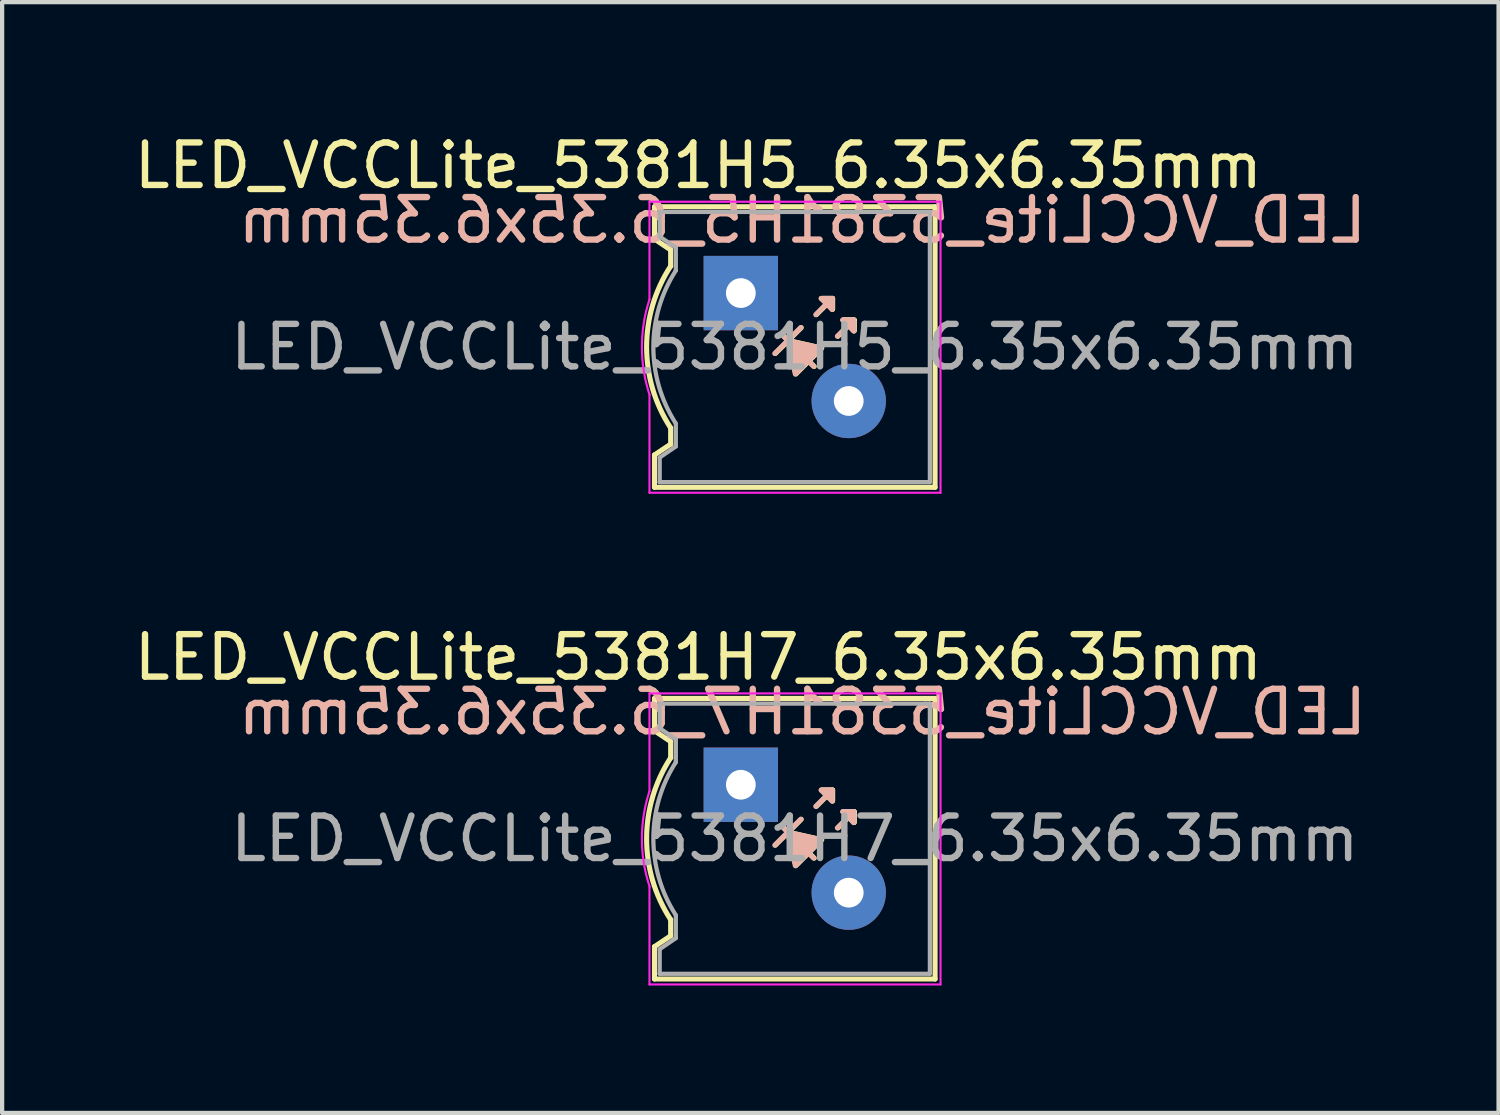
<source format=kicad_pcb>
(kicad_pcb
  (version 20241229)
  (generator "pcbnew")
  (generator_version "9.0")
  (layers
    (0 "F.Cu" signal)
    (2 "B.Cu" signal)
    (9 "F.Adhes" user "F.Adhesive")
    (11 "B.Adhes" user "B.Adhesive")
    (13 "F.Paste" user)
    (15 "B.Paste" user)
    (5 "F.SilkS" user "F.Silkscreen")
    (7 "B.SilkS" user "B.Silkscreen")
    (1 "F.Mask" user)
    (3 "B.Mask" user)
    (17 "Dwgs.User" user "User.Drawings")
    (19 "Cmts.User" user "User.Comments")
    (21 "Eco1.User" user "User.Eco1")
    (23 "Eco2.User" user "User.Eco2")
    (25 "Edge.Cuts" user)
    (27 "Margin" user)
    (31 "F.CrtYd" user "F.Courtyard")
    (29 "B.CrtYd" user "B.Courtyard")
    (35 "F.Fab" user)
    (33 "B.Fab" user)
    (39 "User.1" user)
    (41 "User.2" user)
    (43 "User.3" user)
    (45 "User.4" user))
  (footprint "LED_VCCLite_5381H7_6.35x6.35mm"
    (layer "F.Cu")
    (at 14.387 15.421)
    (property "Reference" "LED_VCCLite_5381H7_6.35x6.35mm" (at -1 -3 0) (layer "F.SilkS") (effects (font (size 1 1) (thickness 0.15))))
    (fp_line (start -2.032 -2.032) (end -2.032 -1.27) (stroke (width 0.12) (type solid)) (layer "F.SilkS"))
    (fp_line (start -2.032 -1.27) (end -1.651 -1.016) (stroke (width 0.12) (type solid)) (layer "F.SilkS"))
    (fp_line (start -2.032 4.572) (end -2.032 3.81) (stroke (width 0.12) (type solid)) (layer "F.SilkS"))
    (fp_line (start -1.651 -1.016) (end -1.651 -0.635) (stroke (width 0.12) (type solid)) (layer "F.SilkS"))
    (fp_line (start -1.651 3.556) (end -2.032 3.81) (stroke (width 0.12) (type solid)) (layer "F.SilkS"))
    (fp_line (start -1.651 3.556) (end -1.651 3.175) (stroke (width 0.12) (type solid)) (layer "F.SilkS"))
    (fp_line (start 1.016 1.016) (end 1.727 1.727) (stroke (width 0.12) (type solid)) (layer "F.SilkS"))
    (fp_line (start 1.118 1.118) (end 0.813 1.422) (stroke (width 0.12) (type solid)) (layer "F.SilkS"))
    (fp_line (start 1.118 1.118) (end 1.422 0.813) (stroke (width 0.12) (type solid)) (layer "F.SilkS"))
    (fp_line (start 1.778 0.508) (end 2.159 0.127) (stroke (width 0.12) (type solid)) (layer "F.SilkS"))
    (fp_line (start 2.159 0.127) (end 1.905 0.127) (stroke (width 0.12) (type solid)) (layer "F.SilkS"))
    (fp_line (start 2.159 0.127) (end 2.159 0.381) (stroke (width 0.12) (type solid)) (layer "F.SilkS"))
    (fp_line (start 2.286 1.016) (end 2.667 0.635) (stroke (width 0.12) (type solid)) (layer "F.SilkS"))
    (fp_line (start 2.667 0.635) (end 2.413 0.635) (stroke (width 0.12) (type solid)) (layer "F.SilkS"))
    (fp_line (start 2.667 0.635) (end 2.667 0.889) (stroke (width 0.12) (type solid)) (layer "F.SilkS"))
    (fp_line (start 4.572 -2.032) (end -2.032 -2.032) (stroke (width 0.12) (type solid)) (layer "F.SilkS"))
    (fp_line (start 4.572 4.572) (end -2.032 4.572) (stroke (width 0.12) (type solid)) (layer "F.SilkS"))
    (fp_line (start 4.572 4.572) (end 4.572 -2.032) (stroke (width 0.12) (type solid)) (layer "F.SilkS"))
    (fp_arc (start -1.651753 3.173843) (mid -2.2173 1.26931) (end -1.650999 -0.634999) (stroke (width 0.12) (type solid)) (layer "F.SilkS"))
    (fp_poly (pts (xy 1.905 1.295) (xy 1.295 1.905) (xy 1.118 1.118)) (stroke (width 0.12) (type solid)) (fill yes) (layer "F.SilkS"))
    (fp_poly (pts (xy 2.159 0.381) (xy 1.905 0.127) (xy 2.159 0.127)) (stroke (width 0.12) (type solid)) (fill yes) (layer "F.SilkS"))
    (fp_poly (pts (xy 2.667 0.889) (xy 2.413 0.635) (xy 2.667 0.635)) (stroke (width 0.12) (type solid)) (fill yes) (layer "F.SilkS"))
    (fp_line (start 1.003 1.016) (end 1.714 1.727) (stroke (width 0.12) (type solid)) (layer "B.SilkS"))
    (fp_line (start 1.105 1.118) (end 0.8 1.422) (stroke (width 0.12) (type solid)) (layer "B.SilkS"))
    (fp_line (start 1.105 1.118) (end 1.41 0.813) (stroke (width 0.12) (type solid)) (layer "B.SilkS"))
    (fp_line (start 1.765 0.508) (end 2.146 0.127) (stroke (width 0.12) (type solid)) (layer "B.SilkS"))
    (fp_line (start 2.146 0.127) (end 1.892 0.127) (stroke (width 0.12) (type solid)) (layer "B.SilkS"))
    (fp_line (start 2.146 0.127) (end 2.146 0.381) (stroke (width 0.12) (type solid)) (layer "B.SilkS"))
    (fp_line (start 2.273 1.016) (end 2.654 0.635) (stroke (width 0.12) (type solid)) (layer "B.SilkS"))
    (fp_line (start 2.654 0.635) (end 2.4 0.635) (stroke (width 0.12) (type solid)) (layer "B.SilkS"))
    (fp_line (start 2.654 0.635) (end 2.654 0.889) (stroke (width 0.12) (type solid)) (layer "B.SilkS"))
    (fp_poly (pts (xy 1.892 1.295) (xy 1.283 1.905) (xy 1.105 1.118)) (stroke (width 0.12) (type solid)) (fill yes) (layer "B.SilkS"))
    (fp_poly (pts (xy 2.146 0.381) (xy 1.892 0.127) (xy 2.146 0.127)) (stroke (width 0.12) (type solid)) (fill yes) (layer "B.SilkS"))
    (fp_poly (pts (xy 2.654 0.889) (xy 2.4 0.635) (xy 2.654 0.635)) (stroke (width 0.12) (type solid)) (fill yes) (layer "B.SilkS"))
    (fp_line (start -2.15 -2.15) (end -2.15 0.15) (stroke (width 0.05) (type solid)) (layer "F.CrtYd"))
    (fp_line (start -2.15 -2.15) (end 4.7 -2.15) (stroke (width 0.05) (type solid)) (layer "F.CrtYd"))
    (fp_line (start -2.15 4.7) (end -2.15 2.4) (stroke (width 0.05) (type solid)) (layer "F.CrtYd"))
    (fp_line (start 4.7 -2.15) (end 4.7 4.7) (stroke (width 0.05) (type solid)) (layer "F.CrtYd"))
    (fp_line (start 4.7 4.7) (end -2.15 4.7) (stroke (width 0.05) (type solid)) (layer "F.CrtYd"))
    (fp_arc (start -2.147033 2.39902) (mid -2.328719 1.274748) (end -2.15 0.15) (stroke (width 0.05) (type solid)) (layer "F.CrtYd"))
    (fp_line (start -1.91 -1.91) (end -1.91 -1.33) (stroke (width 0.1) (type solid)) (layer "F.Fab"))
    (fp_line (start -1.91 -1.91) (end 4.45 -1.91) (stroke (width 0.1) (type solid)) (layer "F.Fab"))
    (fp_line (start -1.91 -1.33) (end -1.53 -1.07) (stroke (width 0.1) (type solid)) (layer "F.Fab"))
    (fp_line (start -1.91 3.87) (end -1.53 3.61) (stroke (width 0.1) (type solid)) (layer "F.Fab"))
    (fp_line (start -1.91 4.45) (end -1.91 3.87) (stroke (width 0.1) (type solid)) (layer "F.Fab"))
    (fp_line (start -1.53 -1.07) (end -1.53 -0.53) (stroke (width 0.1) (type solid)) (layer "F.Fab"))
    (fp_line (start -1.53 3.61) (end -1.53 3.07) (stroke (width 0.1) (type solid)) (layer "F.Fab"))
    (fp_line (start 4.45 -1.91) (end 4.45 4.45) (stroke (width 0.1) (type solid)) (layer "F.Fab"))
    (fp_line (start 4.45 4.45) (end -1.91 4.45) (stroke (width 0.1) (type solid)) (layer "F.Fab"))
    (fp_arc (start -1.538265 3.057078) (mid -2.058655 1.26233) (end -1.53 -0.53) (stroke (width 0.1) (type solid)) (layer "F.Fab"))
    (fp_text user "${REFERENCE}" (at 1.448 -1.714 0) (layer "B.SilkS") (effects (font (size 1 1) (thickness 0.15)) (justify mirror)))
    (fp_text user "${REFERENCE}" (at 1.27 1.27 0) (layer "F.Fab") (effects (font (size 1 1) (thickness 0.15))))
    (pad "1" thru_hole rect (at 0 0 270) (size 1.75 1.75) (drill 0.7) (layers "*.Cu" "*.Mask"))
    (pad "2" thru_hole circle (at 2.54 2.54 270) (size 1.75 1.75) (drill 0.7) (layers "*.Cu" "*.Mask")))
  (footprint "LED_VCCLite_5381H5_6.35x6.35mm"
    (layer "F.Cu")
    (at 14.387 3.848)
    (property "Reference" "LED_VCCLite_5381H5_6.35x6.35mm" (at -1 -3 0) (layer "F.SilkS") (effects (font (size 1 1) (thickness 0.15))))
    (fp_line (start -2.032 -2.032) (end -2.032 -1.27) (stroke (width 0.12) (type solid)) (layer "F.SilkS"))
    (fp_line (start -2.032 -1.27) (end -1.651 -1.016) (stroke (width 0.12) (type solid)) (layer "F.SilkS"))
    (fp_line (start -2.032 4.572) (end -2.032 3.81) (stroke (width 0.12) (type solid)) (layer "F.SilkS"))
    (fp_line (start -1.651 -1.016) (end -1.651 -0.635) (stroke (width 0.12) (type solid)) (layer "F.SilkS"))
    (fp_line (start -1.651 3.556) (end -2.032 3.81) (stroke (width 0.12) (type solid)) (layer "F.SilkS"))
    (fp_line (start -1.651 3.556) (end -1.651 3.175) (stroke (width 0.12) (type solid)) (layer "F.SilkS"))
    (fp_line (start 1.016 1.016) (end 1.727 1.727) (stroke (width 0.12) (type solid)) (layer "F.SilkS"))
    (fp_line (start 1.118 1.118) (end 0.813 1.422) (stroke (width 0.12) (type solid)) (layer "F.SilkS"))
    (fp_line (start 1.118 1.118) (end 1.422 0.813) (stroke (width 0.12) (type solid)) (layer "F.SilkS"))
    (fp_line (start 1.778 0.508) (end 2.159 0.127) (stroke (width 0.12) (type solid)) (layer "F.SilkS"))
    (fp_line (start 2.159 0.127) (end 1.905 0.127) (stroke (width 0.12) (type solid)) (layer "F.SilkS"))
    (fp_line (start 2.159 0.127) (end 2.159 0.381) (stroke (width 0.12) (type solid)) (layer "F.SilkS"))
    (fp_line (start 2.286 1.016) (end 2.667 0.635) (stroke (width 0.12) (type solid)) (layer "F.SilkS"))
    (fp_line (start 2.667 0.635) (end 2.413 0.635) (stroke (width 0.12) (type solid)) (layer "F.SilkS"))
    (fp_line (start 2.667 0.635) (end 2.667 0.889) (stroke (width 0.12) (type solid)) (layer "F.SilkS"))
    (fp_line (start 4.572 -2.032) (end -2.032 -2.032) (stroke (width 0.12) (type solid)) (layer "F.SilkS"))
    (fp_line (start 4.572 4.572) (end -2.032 4.572) (stroke (width 0.12) (type solid)) (layer "F.SilkS"))
    (fp_line (start 4.572 4.572) (end 4.572 -2.032) (stroke (width 0.12) (type solid)) (layer "F.SilkS"))
    (fp_arc (start -1.651753 3.173843) (mid -2.2173 1.26931) (end -1.650999 -0.634999) (stroke (width 0.12) (type solid)) (layer "F.SilkS"))
    (fp_poly (pts (xy 1.905 1.295) (xy 1.295 1.905) (xy 1.118 1.118)) (stroke (width 0.12) (type solid)) (fill yes) (layer "F.SilkS"))
    (fp_poly (pts (xy 2.159 0.381) (xy 1.905 0.127) (xy 2.159 0.127)) (stroke (width 0.12) (type solid)) (fill yes) (layer "F.SilkS"))
    (fp_poly (pts (xy 2.667 0.889) (xy 2.413 0.635) (xy 2.667 0.635)) (stroke (width 0.12) (type solid)) (fill yes) (layer "F.SilkS"))
    (fp_line (start 1.003 1.016) (end 1.714 1.727) (stroke (width 0.12) (type solid)) (layer "B.SilkS"))
    (fp_line (start 1.105 1.118) (end 0.8 1.422) (stroke (width 0.12) (type solid)) (layer "B.SilkS"))
    (fp_line (start 1.105 1.118) (end 1.41 0.813) (stroke (width 0.12) (type solid)) (layer "B.SilkS"))
    (fp_line (start 1.765 0.508) (end 2.146 0.127) (stroke (width 0.12) (type solid)) (layer "B.SilkS"))
    (fp_line (start 2.146 0.127) (end 1.892 0.127) (stroke (width 0.12) (type solid)) (layer "B.SilkS"))
    (fp_line (start 2.146 0.127) (end 2.146 0.381) (stroke (width 0.12) (type solid)) (layer "B.SilkS"))
    (fp_line (start 2.273 1.016) (end 2.654 0.635) (stroke (width 0.12) (type solid)) (layer "B.SilkS"))
    (fp_line (start 2.654 0.635) (end 2.4 0.635) (stroke (width 0.12) (type solid)) (layer "B.SilkS"))
    (fp_line (start 2.654 0.635) (end 2.654 0.889) (stroke (width 0.12) (type solid)) (layer "B.SilkS"))
    (fp_poly (pts (xy 1.892 1.295) (xy 1.283 1.905) (xy 1.105 1.118)) (stroke (width 0.12) (type solid)) (fill yes) (layer "B.SilkS"))
    (fp_poly (pts (xy 2.146 0.381) (xy 1.892 0.127) (xy 2.146 0.127)) (stroke (width 0.12) (type solid)) (fill yes) (layer "B.SilkS"))
    (fp_poly (pts (xy 2.654 0.889) (xy 2.4 0.635) (xy 2.654 0.635)) (stroke (width 0.12) (type solid)) (fill yes) (layer "B.SilkS"))
    (fp_line (start -2.15 -2.15) (end -2.15 0.15) (stroke (width 0.05) (type solid)) (layer "F.CrtYd"))
    (fp_line (start -2.15 -2.15) (end 4.7 -2.15) (stroke (width 0.05) (type solid)) (layer "F.CrtYd"))
    (fp_line (start -2.15 4.7) (end -2.15 2.4) (stroke (width 0.05) (type solid)) (layer "F.CrtYd"))
    (fp_line (start 4.7 -2.15) (end 4.7 4.7) (stroke (width 0.05) (type solid)) (layer "F.CrtYd"))
    (fp_line (start 4.7 4.7) (end -2.15 4.7) (stroke (width 0.05) (type solid)) (layer "F.CrtYd"))
    (fp_arc (start -2.147033 2.39902) (mid -2.328719 1.274748) (end -2.15 0.15) (stroke (width 0.05) (type solid)) (layer "F.CrtYd"))
    (fp_line (start -1.91 -1.91) (end -1.91 -1.33) (stroke (width 0.1) (type solid)) (layer "F.Fab"))
    (fp_line (start -1.91 -1.91) (end 4.45 -1.91) (stroke (width 0.1) (type solid)) (layer "F.Fab"))
    (fp_line (start -1.91 -1.33) (end -1.53 -1.07) (stroke (width 0.1) (type solid)) (layer "F.Fab"))
    (fp_line (start -1.91 3.87) (end -1.53 3.61) (stroke (width 0.1) (type solid)) (layer "F.Fab"))
    (fp_line (start -1.91 4.45) (end -1.91 3.87) (stroke (width 0.1) (type solid)) (layer "F.Fab"))
    (fp_line (start -1.53 -1.07) (end -1.53 -0.53) (stroke (width 0.1) (type solid)) (layer "F.Fab"))
    (fp_line (start -1.53 3.61) (end -1.53 3.07) (stroke (width 0.1) (type solid)) (layer "F.Fab"))
    (fp_line (start 4.45 -1.91) (end 4.45 4.45) (stroke (width 0.1) (type solid)) (layer "F.Fab"))
    (fp_line (start 4.45 4.45) (end -1.91 4.45) (stroke (width 0.1) (type solid)) (layer "F.Fab"))
    (fp_arc (start -1.538265 3.057078) (mid -2.058655 1.26233) (end -1.53 -0.53) (stroke (width 0.1) (type solid)) (layer "F.Fab"))
    (fp_text user "${REFERENCE}" (at 1.448 -1.714 0) (layer "B.SilkS") (effects (font (size 1 1) (thickness 0.15)) (justify mirror)))
    (fp_text user "${REFERENCE}" (at 1.27 1.27 0) (layer "F.Fab") (effects (font (size 1 1) (thickness 0.15))))
    (pad "1" thru_hole rect (at 0 0 270) (size 1.75 1.75) (drill 0.7) (layers "*.Cu" "*.Mask"))
    (pad "2" thru_hole circle (at 2.54 2.54 270) (size 1.75 1.75) (drill 0.7) (layers "*.Cu" "*.Mask")))
  (gr_rect
    (start -3 -3)
    (end 32.222 23.146)
    (stroke (width 0.1) (type default))
    (fill no)
    (layer "Edge.Cuts")))
</source>
